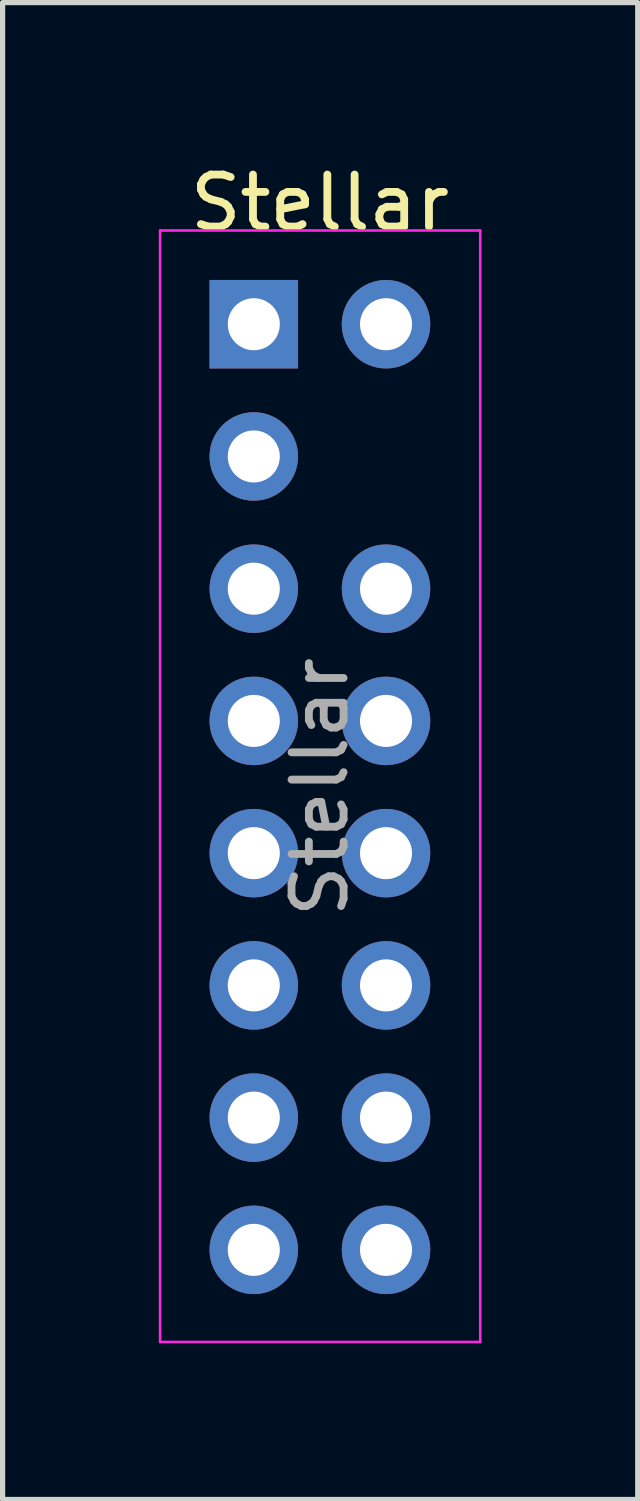
<source format=kicad_pcb>
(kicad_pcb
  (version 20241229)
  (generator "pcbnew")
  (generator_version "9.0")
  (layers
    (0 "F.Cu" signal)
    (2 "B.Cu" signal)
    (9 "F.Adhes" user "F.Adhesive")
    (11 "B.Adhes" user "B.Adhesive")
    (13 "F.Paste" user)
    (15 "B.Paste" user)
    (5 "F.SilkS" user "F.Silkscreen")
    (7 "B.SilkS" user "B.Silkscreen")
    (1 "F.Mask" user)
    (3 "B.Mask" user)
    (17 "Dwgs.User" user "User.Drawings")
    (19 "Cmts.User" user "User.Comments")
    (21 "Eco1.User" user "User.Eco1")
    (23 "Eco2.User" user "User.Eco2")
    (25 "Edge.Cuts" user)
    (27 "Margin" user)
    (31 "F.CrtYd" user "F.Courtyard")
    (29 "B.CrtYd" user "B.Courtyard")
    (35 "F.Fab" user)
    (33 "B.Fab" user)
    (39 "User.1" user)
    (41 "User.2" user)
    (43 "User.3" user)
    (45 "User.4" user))
  (footprint "Stellar"
    (layer "F.Cu")
    (at 1.825 3.178)
    (property "Reference" "Stellar" (at 1.27 -2.33 180) (layer "F.SilkS") (effects (font (size 1 1) (thickness 0.15))))
    (attr through_hole)
    (fp_line (start -1.8 -1.8) (end -1.8 19.55) (stroke (width 0.05) (type solid)) (layer "F.CrtYd"))
    (fp_line (start -1.8 19.55) (end 4.35 19.55) (stroke (width 0.05) (type solid)) (layer "F.CrtYd"))
    (fp_line (start 4.35 -1.8) (end -1.8 -1.8) (stroke (width 0.05) (type solid)) (layer "F.CrtYd"))
    (fp_line (start 4.35 19.55) (end 4.35 -1.8) (stroke (width 0.05) (type solid)) (layer "F.CrtYd"))
    (fp_text user "${REFERENCE}" (at 1.27 8.89 270) (layer "F.Fab") (effects (font (size 1 1) (thickness 0.15))))
    (pad "1" thru_hole rect (at 0 0) (size 1.7 1.7) (drill 1) (layers "*.Cu" "F.Mask"))
    (pad "2" thru_hole oval (at 2.54 0) (size 1.7 1.7) (drill 1) (layers "*.Cu" "F.Mask"))
    (pad "3" thru_hole oval (at 0 2.54) (size 1.7 1.7) (drill 1) (layers "*.Cu" "F.Mask"))
    (pad "5" thru_hole oval (at 0 5.08) (size 1.7 1.7) (drill 1) (layers "*.Cu" "F.Mask"))
    (pad "6" thru_hole oval (at 2.54 5.08) (size 1.7 1.7) (drill 1) (layers "*.Cu" "F.Mask"))
    (pad "7" thru_hole oval (at 0 7.62) (size 1.7 1.7) (drill 1) (layers "*.Cu" "F.Mask"))
    (pad "8" thru_hole oval (at 2.54 7.62) (size 1.7 1.7) (drill 1) (layers "*.Cu" "F.Mask"))
    (pad "9" thru_hole oval (at 0 10.16) (size 1.7 1.7) (drill 1) (layers "*.Cu" "F.Mask"))
    (pad "10" thru_hole oval (at 2.54 10.16) (size 1.7 1.7) (drill 1) (layers "*.Cu" "F.Mask"))
    (pad "11" thru_hole oval (at 0 12.7) (size 1.7 1.7) (drill 1) (layers "*.Cu" "F.Mask"))
    (pad "12" thru_hole oval (at 2.54 12.7) (size 1.7 1.7) (drill 1) (layers "*.Cu" "F.Mask"))
    (pad "13" thru_hole oval (at 0 15.24) (size 1.7 1.7) (drill 1) (layers "*.Cu" "F.Mask"))
    (pad "14" thru_hole oval (at 2.54 15.24) (size 1.7 1.7) (drill 1) (layers "*.Cu" "F.Mask"))
    (pad "15" thru_hole oval (at 0 17.78) (size 1.7 1.7) (drill 1) (layers "*.Cu" "F.Mask"))
    (pad "16" thru_hole oval (at 2.54 17.78) (size 1.7 1.7) (drill 1) (layers "*.Cu" "F.Mask")))
  (gr_rect
    (start -3 -3)
    (end 9.2 25.753)
    (stroke (width 0.1) (type default))
    (fill no)
    (layer "Edge.Cuts")))
</source>
